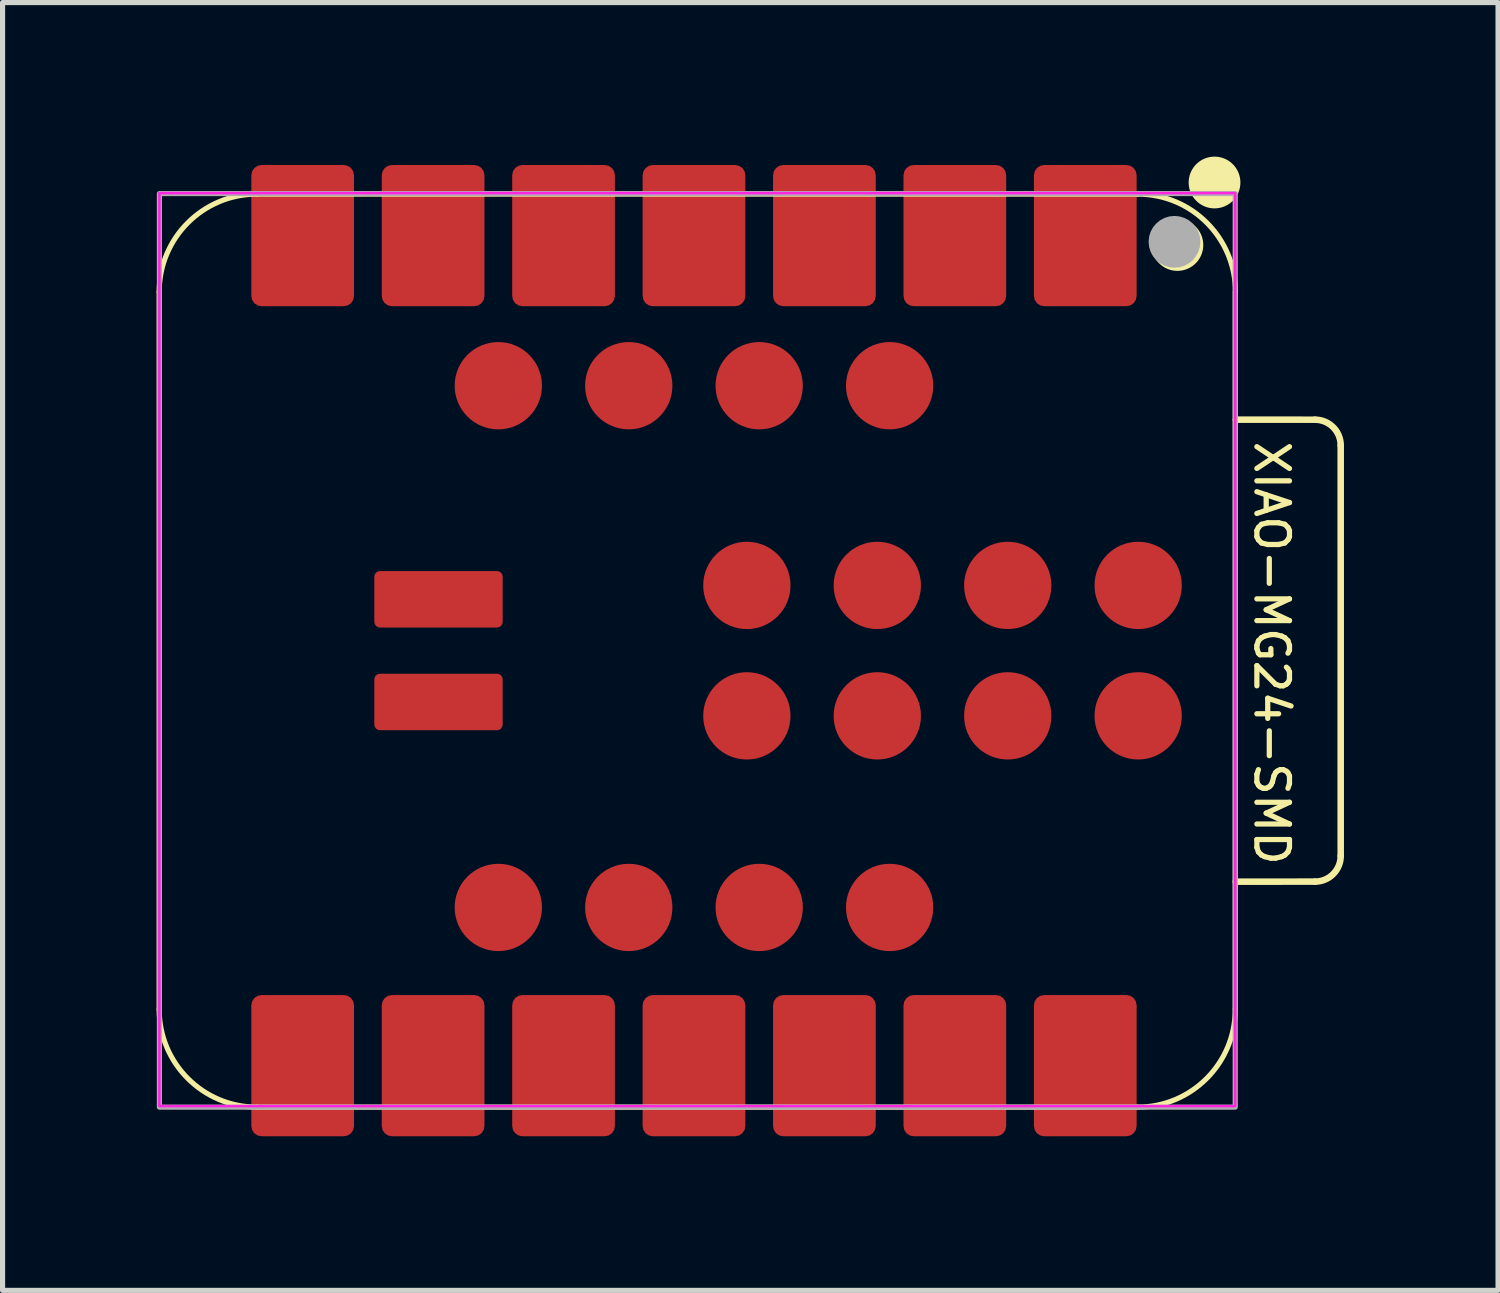
<source format=kicad_pcb>
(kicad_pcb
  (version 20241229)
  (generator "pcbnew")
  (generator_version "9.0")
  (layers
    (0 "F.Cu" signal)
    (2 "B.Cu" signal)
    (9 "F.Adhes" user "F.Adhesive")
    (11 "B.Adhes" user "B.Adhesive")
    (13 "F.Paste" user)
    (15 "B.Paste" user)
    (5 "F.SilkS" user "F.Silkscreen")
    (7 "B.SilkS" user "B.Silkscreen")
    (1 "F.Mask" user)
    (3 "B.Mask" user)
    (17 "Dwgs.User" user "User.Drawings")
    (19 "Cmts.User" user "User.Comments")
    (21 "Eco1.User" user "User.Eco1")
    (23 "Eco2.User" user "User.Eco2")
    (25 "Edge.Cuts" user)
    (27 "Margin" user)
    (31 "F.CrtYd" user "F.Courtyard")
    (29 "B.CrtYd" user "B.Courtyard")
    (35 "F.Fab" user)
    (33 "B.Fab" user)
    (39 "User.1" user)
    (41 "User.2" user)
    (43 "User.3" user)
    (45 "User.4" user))
  (footprint "XIAO-MG24-SMD"
    (layer "F.Cu")
    (at 10.464 9.62)
    (property "Reference" "XIAO-MG24-SMD" (at 11.25 0.05 270) (unlocked yes) (layer "F.SilkS") (effects (font (size 0.635 0.635) (thickness 0.102))))
    (attr smd)
    (fp_line (start -10.414 -6.985) (end -10.414 6.985) (stroke (width 0.1) (type solid)) (layer "F.SilkS"))
    (fp_line (start -8.509 -8.89) (end 8.636 -8.89) (stroke (width 0.1) (type solid)) (layer "F.SilkS"))
    (fp_line (start -8.509 8.89) (end 8.636 8.89) (stroke (width 0.1) (type solid)) (layer "F.SilkS"))
    (fp_line (start 10.541 6.985) (end 10.541 -6.985) (stroke (width 0.1) (type solid)) (layer "F.SilkS"))
    (fp_line (start 10.553 -4.498) (end 12.094 -4.497) (stroke (width 0.127) (type solid)) (layer "F.SilkS"))
    (fp_line (start 12.094 4.498) (end 10.55 4.499) (stroke (width 0.127) (type solid)) (layer "F.SilkS"))
    (fp_line (start 12.594 -3.997) (end 12.594 3.998) (stroke (width 0.127) (type solid)) (layer "F.SilkS"))
    (fp_arc (start -10.414 -6.985) (mid -9.856038 -8.332038) (end -8.509 -8.89) (stroke (width 0.1) (type solid)) (layer "F.SilkS"))
    (fp_arc (start -8.509 8.89) (mid -9.856038 8.332038) (end -10.414 6.985) (stroke (width 0.1) (type solid)) (layer "F.SilkS"))
    (fp_arc (start 8.64 -8.89) (mid 9.987038 -8.332038) (end 10.545 -6.985) (stroke (width 0.1) (type solid)) (layer "F.SilkS"))
    (fp_arc (start 10.541 6.985) (mid 9.983038 8.332038) (end 8.636 8.89) (stroke (width 0.1) (type solid)) (layer "F.SilkS"))
    (fp_arc (start 12.094284 -4.497284) (mid 12.447619 -4.350707) (end 12.594012 -3.997284) (stroke (width 0.127) (type default)) (layer "F.SilkS"))
    (fp_arc (start 12.594012 3.997988) (mid 12.44757 4.351553) (end 12.094012 4.497988) (stroke (width 0.127) (type default)) (layer "F.SilkS"))
    (fp_circle (center 9.414 -7.899) (end 9.668 -7.899) (stroke (width 0.5) (type solid)) (fill yes) (layer "F.SilkS"))
    (fp_circle (center 10.137 -9.116) (end 10.391 -9.116) (stroke (width 0.5) (type solid)) (fill yes) (layer "F.SilkS"))
    (fp_rect (start -10.41 -8.91) (end 10.54 8.87) (stroke (width 0.05) (type default)) (fill no) (layer "F.CrtYd"))
    (fp_rect (start -10.41 -8.9) (end 10.54 8.89) (stroke (width 0.1) (type default)) (fill no) (layer "F.Fab"))
    (fp_circle (center 9.357 -7.961) (end 9.611 -7.961) (stroke (width 0.5) (type solid)) (fill no) (layer "F.Fab"))
    (pad "1" smd roundrect (at 7.62 -8.082 90) (size 2.75 2) (layers "F.Cu" "F.Mask" "F.Paste") (roundrect_rratio 0.1))
    (pad "2" smd roundrect (at 5.08 -8.082 90) (size 2.75 2) (layers "F.Cu" "F.Mask" "F.Paste") (roundrect_rratio 0.1))
    (pad "3" smd roundrect (at 2.54 -8.082 90) (size 2.75 2) (layers "F.Cu" "F.Mask" "F.Paste") (roundrect_rratio 0.1))
    (pad "4" smd roundrect (at 0 -8.082 90) (size 2.75 2) (layers "F.Cu" "F.Mask" "F.Paste") (roundrect_rratio 0.1))
    (pad "5" smd roundrect (at -2.54 -8.082 90) (size 2.75 2) (layers "F.Cu" "F.Mask" "F.Paste") (roundrect_rratio 0.1))
    (pad "6" smd roundrect (at -5.08 -8.082 90) (size 2.75 2) (layers "F.Cu" "F.Mask" "F.Paste") (roundrect_rratio 0.1))
    (pad "7" smd roundrect (at -7.62 -8.082 90) (size 2.75 2) (layers "F.Cu" "F.Mask" "F.Paste") (roundrect_rratio 0.1))
    (pad "8" smd roundrect (at -7.62 8.082 270) (size 2.75 2) (layers "F.Cu" "F.Mask" "F.Paste") (roundrect_rratio 0.1))
    (pad "9" smd roundrect (at -5.08 8.082 270) (size 2.75 2) (layers "F.Cu" "F.Mask" "F.Paste") (roundrect_rratio 0.1))
    (pad "10" smd roundrect (at -2.54 8.082 270) (size 2.75 2) (layers "F.Cu" "F.Mask" "F.Paste") (roundrect_rratio 0.1))
    (pad "11" smd roundrect (at 0 8.082 270) (size 2.75 2) (layers "F.Cu" "F.Mask" "F.Paste") (roundrect_rratio 0.1))
    (pad "12" smd roundrect (at 2.54 8.082 270) (size 2.75 2) (layers "F.Cu" "F.Mask" "F.Paste") (roundrect_rratio 0.1))
    (pad "13" smd roundrect (at 5.08 8.082 270) (size 2.75 2) (layers "F.Cu" "F.Mask" "F.Paste") (roundrect_rratio 0.1))
    (pad "14" smd roundrect (at 7.62 8.082 270) (size 2.75 2) (layers "F.Cu" "F.Mask" "F.Paste") (roundrect_rratio 0.1))
    (pad "15" smd circle (at 3.81 5.001 90) (size 1.7 1.7) (layers "F.Cu" "F.Mask" "F.Paste"))
    (pad "16" smd circle (at 1.27 5.001 90) (size 1.7 1.7) (layers "F.Cu" "F.Mask" "F.Paste"))
    (pad "17" smd circle (at -1.27 5.001 90) (size 1.7 1.7) (layers "F.Cu" "F.Mask" "F.Paste"))
    (pad "18" smd circle (at -3.81 5.001 90) (size 1.7 1.7) (layers "F.Cu" "F.Mask" "F.Paste"))
    (pad "19" smd circle (at -3.81 -5.159 90) (size 1.7 1.7) (layers "F.Cu" "F.Mask" "F.Paste"))
    (pad "20" smd circle (at -1.27 -5.159 90) (size 1.7 1.7) (layers "F.Cu" "F.Mask" "F.Paste"))
    (pad "21" smd circle (at 1.27 -5.159 90) (size 1.7 1.7) (layers "F.Cu" "F.Mask" "F.Paste"))
    (pad "22" smd circle (at 3.81 -5.159 90) (size 1.7 1.7) (layers "F.Cu" "F.Mask" "F.Paste"))
    (pad "23" smd circle (at 8.65 -1.27 90) (size 1.7 1.7) (layers "F.Cu" "F.Mask" "F.Paste"))
    (pad "24" smd circle (at 6.11 -1.27 90) (size 1.7 1.7) (layers "F.Cu" "F.Mask" "F.Paste"))
    (pad "25" smd circle (at 3.57 -1.27 90) (size 1.7 1.7) (layers "F.Cu" "F.Mask" "F.Paste"))
    (pad "26" smd circle (at 1.03 -1.27 90) (size 1.7 1.7) (layers "F.Cu" "F.Mask" "F.Paste"))
    (pad "27" smd circle (at 1.03 1.27 90) (size 1.7 1.7) (layers "F.Cu" "F.Mask" "F.Paste"))
    (pad "28" smd circle (at 3.57 1.27 90) (size 1.7 1.7) (layers "F.Cu" "F.Mask" "F.Paste"))
    (pad "29" smd circle (at 6.11 1.27 90) (size 1.7 1.7) (layers "F.Cu" "F.Mask" "F.Paste"))
    (pad "30" smd circle (at 8.65 1.27 90) (size 1.7 1.7) (layers "F.Cu" "F.Mask" "F.Paste"))
    (pad "31" smd roundrect (at -4.975 -1 180) (size 2.5 1.1) (layers "F.Cu" "F.Mask" "F.Paste") (roundrect_rratio 0.1))
    (pad "32" smd roundrect (at -4.975 1 180) (size 2.5 1.1) (layers "F.Cu" "F.Mask" "F.Paste") (roundrect_rratio 0.1)))
  (gr_rect
    (start -3 -3)
    (end 26.122 22.078)
    (stroke (width 0.1) (type default))
    (fill no)
    (layer "Edge.Cuts")))
</source>
